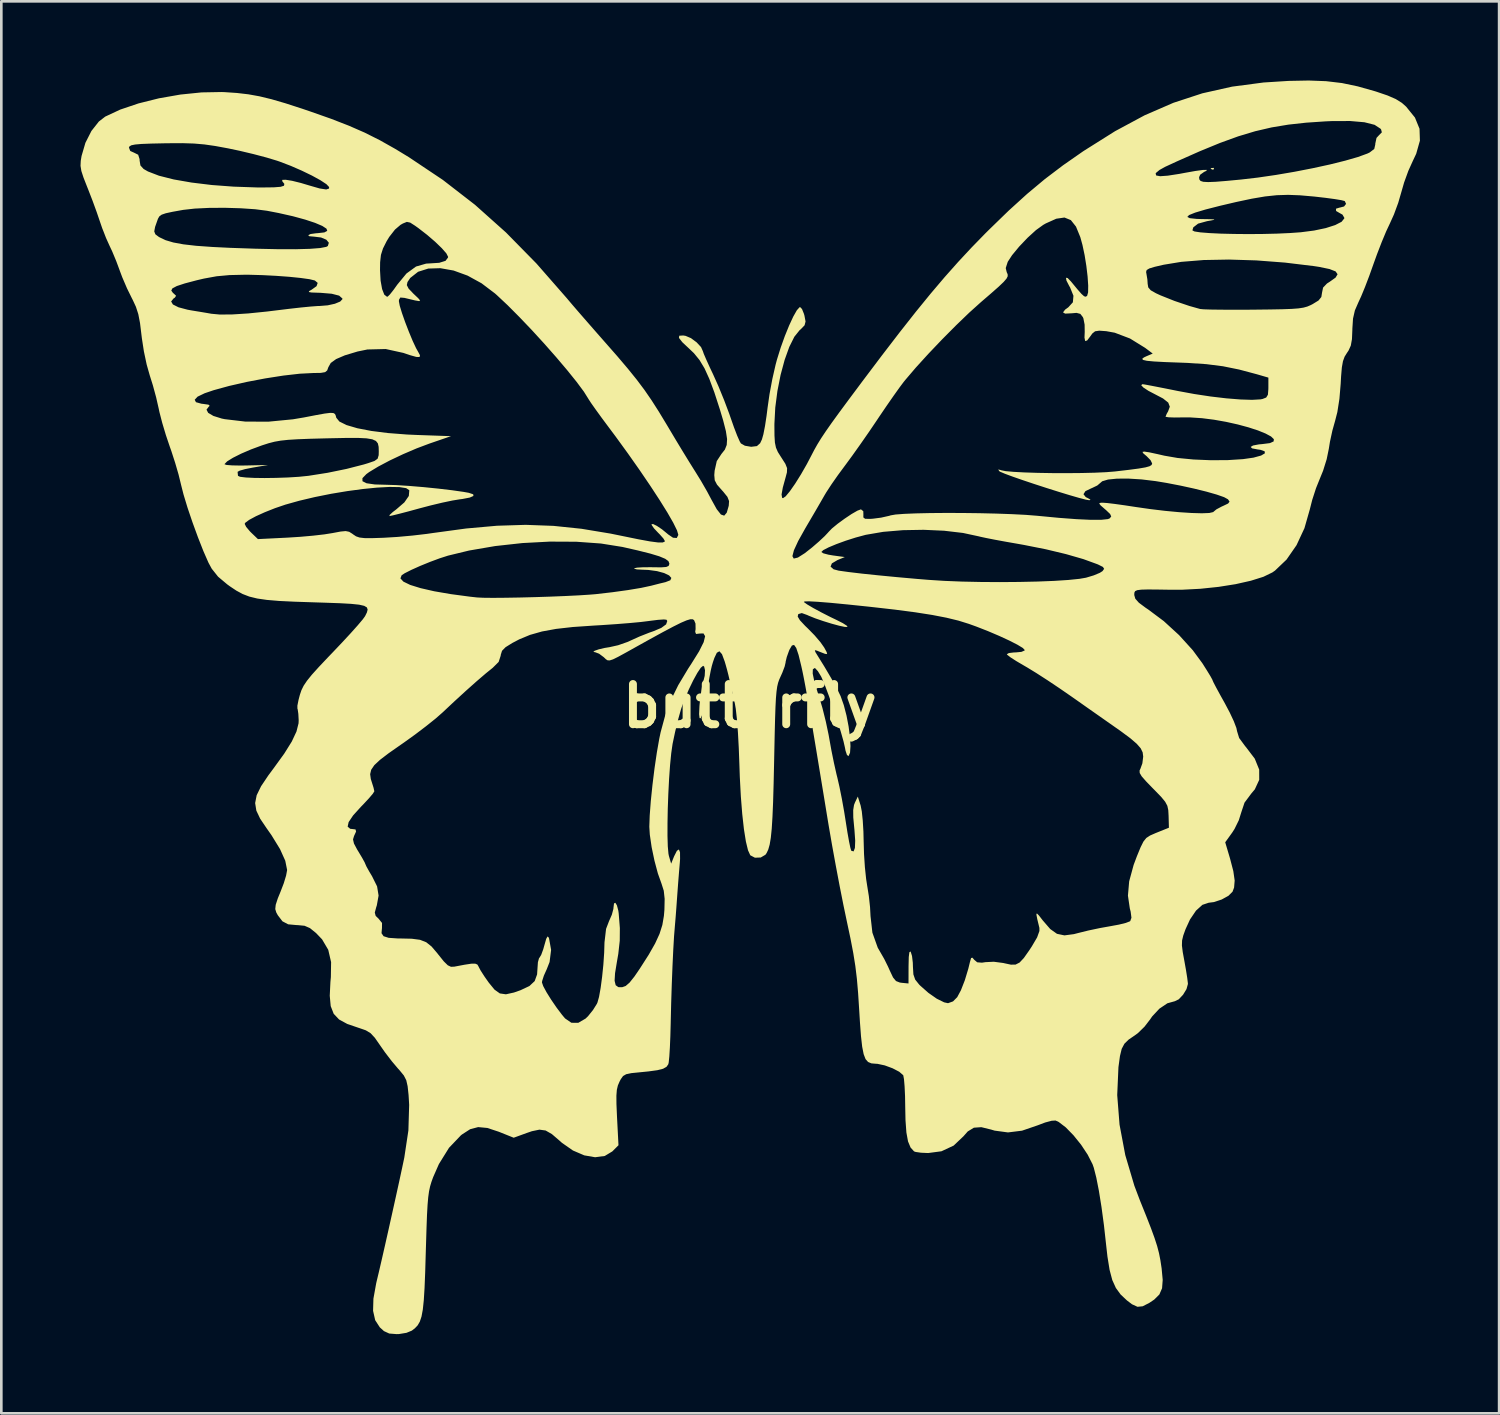
<source format=kicad_pcb>
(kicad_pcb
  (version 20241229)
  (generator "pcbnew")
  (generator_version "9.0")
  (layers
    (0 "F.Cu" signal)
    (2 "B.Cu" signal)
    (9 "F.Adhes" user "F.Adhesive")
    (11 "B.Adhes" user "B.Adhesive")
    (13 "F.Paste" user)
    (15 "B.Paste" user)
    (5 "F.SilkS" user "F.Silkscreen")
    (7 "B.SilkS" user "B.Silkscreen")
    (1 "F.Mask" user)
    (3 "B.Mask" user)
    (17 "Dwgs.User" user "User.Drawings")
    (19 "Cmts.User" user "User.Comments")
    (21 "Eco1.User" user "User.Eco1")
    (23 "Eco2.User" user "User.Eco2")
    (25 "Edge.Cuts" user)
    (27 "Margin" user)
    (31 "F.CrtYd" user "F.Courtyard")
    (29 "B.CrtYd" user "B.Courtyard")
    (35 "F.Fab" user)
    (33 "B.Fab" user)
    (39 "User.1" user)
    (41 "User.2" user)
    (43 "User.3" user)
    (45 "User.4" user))
  (footprint "butterfly"
    (layer "F.Cu")
    (at 25.353 23.695)
    (property "Reference" "butterfly" (at 0 0 0) (layer "F.SilkS") (effects (font (size 1.524 1.524) (thickness 0.3))))
    (attr board_only exclude_from_pos_files exclude_from_bom)
    (fp_poly (pts (xy 17.582 -20.376) (xy 17.571 -20.326) (xy 17.526 -20.32) (xy 17.456 -20.351) (xy 17.47 -20.376) (xy 17.57 -20.387)) (stroke (width 0) (type solid)) (fill yes) (layer "F.SilkS"))
    (fp_poly (pts (xy 21.829 -23.67) (xy 22.43 -23.599) (xy 23.03 -23.473) (xy 23.684 -23.288) (xy 23.726 -23.275) (xy 24.158 -23.128) (xy 24.468 -22.993) (xy 24.7 -22.848) (xy 24.861 -22.705) (xy 25.195 -22.292) (xy 25.368 -21.868) (xy 25.383 -21.417) (xy 25.242 -20.919) (xy 25.115 -20.65) (xy 24.945 -20.274) (xy 24.785 -19.834) (xy 24.681 -19.473) (xy 24.561 -19.06) (xy 24.398 -18.618) (xy 24.249 -18.288) (xy 24.105 -17.981) (xy 23.934 -17.57) (xy 23.757 -17.112) (xy 23.62 -16.732) (xy 23.465 -16.297) (xy 23.304 -15.875) (xy 23.157 -15.518) (xy 23.053 -15.293) (xy 22.919 -14.985) (xy 22.849 -14.677) (xy 22.824 -14.288) (xy 22.824 -14.252) (xy 22.809 -13.897) (xy 22.765 -13.653) (xy 22.678 -13.463) (xy 22.622 -13.381) (xy 22.531 -13.235) (xy 22.468 -13.063) (xy 22.426 -12.826) (xy 22.397 -12.484) (xy 22.382 -12.21) (xy 22.334 -11.638) (xy 22.256 -11.137) (xy 22.171 -10.805) (xy 22.067 -10.434) (xy 21.975 -10.009) (xy 21.933 -9.747) (xy 21.851 -9.348) (xy 21.715 -8.913) (xy 21.602 -8.636) (xy 21.448 -8.254) (xy 21.304 -7.809) (xy 21.213 -7.451) (xy 21.009 -6.737) (xy 20.709 -6.093) (xy 20.331 -5.548) (xy 19.894 -5.131) (xy 19.792 -5.06) (xy 19.454 -4.896) (xy 18.98 -4.747) (xy 18.402 -4.617) (xy 17.752 -4.514) (xy 17.064 -4.442) (xy 16.371 -4.406) (xy 15.96 -4.405) (xy 15.445 -4.413) (xy 15.075 -4.416) (xy 14.826 -4.409) (xy 14.675 -4.389) (xy 14.596 -4.353) (xy 14.567 -4.296) (xy 14.563 -4.217) (xy 14.563 -4.203) (xy 14.602 -4.066) (xy 14.737 -3.914) (xy 14.993 -3.723) (xy 15.092 -3.657) (xy 15.681 -3.217) (xy 16.261 -2.686) (xy 16.779 -2.115) (xy 17.14 -1.625) (xy 17.316 -1.347) (xy 17.451 -1.126) (xy 17.521 -0.998) (xy 17.526 -0.982) (xy 17.565 -0.893) (xy 17.671 -0.69) (xy 17.828 -0.402) (xy 17.992 -0.108) (xy 18.181 0.249) (xy 18.334 0.576) (xy 18.431 0.83) (xy 18.457 0.954) (xy 18.536 1.211) (xy 18.77 1.528) (xy 18.792 1.552) (xy 19.127 1.993) (xy 19.295 2.407) (xy 19.296 2.795) (xy 19.13 3.155) (xy 18.998 3.312) (xy 18.739 3.659) (xy 18.619 4.019) (xy 18.522 4.328) (xy 18.36 4.657) (xy 18.277 4.787) (xy 18.008 5.161) (xy 18.191 5.777) (xy 18.315 6.253) (xy 18.366 6.609) (xy 18.344 6.876) (xy 18.285 7.033) (xy 18.131 7.187) (xy 17.875 7.328) (xy 17.583 7.425) (xy 17.38 7.451) (xy 17.144 7.53) (xy 16.901 7.75) (xy 16.674 8.085) (xy 16.506 8.45) (xy 16.419 8.691) (xy 16.374 8.879) (xy 16.368 9.07) (xy 16.399 9.319) (xy 16.46 9.652) (xy 16.522 9.999) (xy 16.569 10.296) (xy 16.593 10.493) (xy 16.595 10.528) (xy 16.541 10.723) (xy 16.411 10.936) (xy 16.249 11.108) (xy 16.102 11.18) (xy 15.818 11.259) (xy 15.515 11.463) (xy 15.24 11.758) (xy 15.162 11.872) (xy 14.952 12.144) (xy 14.704 12.387) (xy 14.587 12.473) (xy 14.348 12.636) (xy 14.189 12.792) (xy 14.087 12.985) (xy 14.021 13.257) (xy 13.967 13.653) (xy 13.963 13.686) (xy 13.917 14.738) (xy 14.005 15.856) (xy 14.222 17.009) (xy 14.565 18.166) (xy 14.771 18.711) (xy 15.011 19.307) (xy 15.195 19.777) (xy 15.331 20.15) (xy 15.43 20.457) (xy 15.5 20.726) (xy 15.552 20.989) (xy 15.595 21.274) (xy 15.599 21.3) (xy 15.64 21.738) (xy 15.616 22.054) (xy 15.514 22.289) (xy 15.319 22.483) (xy 15.13 22.61) (xy 14.881 22.737) (xy 14.684 22.756) (xy 14.476 22.66) (xy 14.283 22.513) (xy 14.046 22.29) (xy 13.866 22.043) (xy 13.73 21.743) (xy 13.628 21.357) (xy 13.547 20.855) (xy 13.497 20.412) (xy 13.414 19.664) (xy 13.321 18.973) (xy 13.223 18.363) (xy 13.124 17.859) (xy 13.029 17.487) (xy 12.983 17.357) (xy 12.798 16.994) (xy 12.547 16.615) (xy 12.26 16.259) (xy 11.968 15.96) (xy 11.703 15.757) (xy 11.581 15.7) (xy 11.434 15.709) (xy 11.187 15.775) (xy 10.904 15.882) (xy 10.311 16.085) (xy 9.779 16.151) (xy 9.274 16.083) (xy 9.143 16.044) (xy 8.77 15.952) (xy 8.488 15.972) (xy 8.255 16.114) (xy 8.092 16.298) (xy 7.721 16.65) (xy 7.26 16.865) (xy 6.756 16.932) (xy 6.486 16.92) (xy 6.284 16.891) (xy 6.221 16.869) (xy 6.089 16.723) (xy 5.993 16.492) (xy 5.931 16.154) (xy 5.897 15.687) (xy 5.887 15.198) (xy 5.88 14.775) (xy 5.863 14.409) (xy 5.84 14.136) (xy 5.813 13.99) (xy 5.809 13.982) (xy 5.66 13.853) (xy 5.407 13.721) (xy 5.111 13.612) (xy 4.835 13.553) (xy 4.764 13.549) (xy 4.605 13.535) (xy 4.48 13.483) (xy 4.384 13.374) (xy 4.312 13.187) (xy 4.256 12.904) (xy 4.211 12.504) (xy 4.171 11.967) (xy 4.143 11.512) (xy 4.102 10.873) (xy 4.056 10.335) (xy 3.997 9.847) (xy 3.918 9.353) (xy 3.812 8.801) (xy 3.675 8.156) (xy 3.546 7.54) (xy 3.402 6.813) (xy 3.254 6.031) (xy 3.112 5.25) (xy 2.987 4.525) (xy 2.964 4.388) (xy 2.788 3.314) (xy 2.636 2.392) (xy 2.507 1.609) (xy 2.397 0.951) (xy 2.305 0.403) (xy 2.228 -0.048) (xy 2.164 -0.418) (xy 2.11 -0.72) (xy 2.063 -0.969) (xy 2.022 -1.178) (xy 1.984 -1.361) (xy 1.95 -1.513) (xy 1.847 -1.936) (xy 1.758 -2.201) (xy 1.676 -2.316) (xy 1.594 -2.292) (xy 1.503 -2.137) (xy 1.484 -2.092) (xy 1.4 -1.858) (xy 1.356 -1.674) (xy 1.355 -1.649) (xy 1.32 -1.498) (xy 1.231 -1.263) (xy 1.165 -1.117) (xy 1.113 -1.001) (xy 1.071 -0.88) (xy 1.037 -0.736) (xy 1.011 -0.547) (xy 0.989 -0.295) (xy 0.972 0.039) (xy 0.957 0.476) (xy 0.943 1.035) (xy 0.928 1.735) (xy 0.921 2.074) (xy 0.902 2.93) (xy 0.882 3.633) (xy 0.858 4.2) (xy 0.83 4.647) (xy 0.795 4.991) (xy 0.752 5.248) (xy 0.699 5.435) (xy 0.636 5.569) (xy 0.591 5.633) (xy 0.414 5.737) (xy 0.194 5.745) (xy 0.02 5.654) (xy 0.017 5.651) (xy -0.068 5.465) (xy -0.149 5.13) (xy -0.223 4.665) (xy -0.287 4.09) (xy -0.34 3.424) (xy -0.379 2.687) (xy -0.394 2.244) (xy -0.418 1.595) (xy -0.45 1.002) (xy -0.489 0.495) (xy -0.532 0.106) (xy -0.565 -0.085) (xy -0.672 -0.567) (xy -0.752 -0.92) (xy -0.812 -1.178) (xy -0.863 -1.378) (xy -0.912 -1.554) (xy -0.951 -1.687) (xy -1.054 -1.964) (xy -1.152 -2.075) (xy -1.249 -2.019) (xy -1.343 -1.821) (xy -1.396 -1.667) (xy -1.44 -1.517) (xy -1.482 -1.336) (xy -1.529 -1.088) (xy -1.589 -0.738) (xy -1.653 -0.347) (xy -1.728 0.051) (xy -1.8 0.322) (xy -1.86 0.46) (xy -1.903 0.458) (xy -1.921 0.307) (xy -1.907 0.000212) (xy -1.9 -0.085) (xy -1.86 -0.423) (xy -1.814 -0.717) (xy -1.769 -0.907) (xy -1.766 -0.916) (xy -1.709 -1.143) (xy -1.697 -1.356) (xy -1.73 -1.497) (xy -1.77 -1.524) (xy -1.858 -1.451) (xy -1.989 -1.254) (xy -2.146 -0.969) (xy -2.31 -0.63) (xy -2.463 -0.271) (xy -2.59 0.071) (xy -2.61 0.134) (xy -2.72 0.525) (xy -2.832 0.988) (xy -2.924 1.424) (xy -2.928 1.446) (xy -2.977 1.789) (xy -3.021 2.237) (xy -3.058 2.758) (xy -3.087 3.319) (xy -3.108 3.888) (xy -3.118 4.432) (xy -3.119 4.92) (xy -3.107 5.318) (xy -3.082 5.595) (xy -3.066 5.673) (xy -2.98 5.969) (xy -2.869 5.694) (xy -2.762 5.482) (xy -2.686 5.432) (xy -2.644 5.539) (xy -2.642 5.798) (xy -2.653 5.948) (xy -2.682 6.291) (xy -2.716 6.721) (xy -2.748 7.155) (xy -2.754 7.239) (xy -2.782 7.629) (xy -2.81 7.997) (xy -2.834 8.279) (xy -2.839 8.34) (xy -2.87 8.719) (xy -2.9 9.233) (xy -2.929 9.85) (xy -2.956 10.534) (xy -2.979 11.251) (xy -2.996 11.969) (xy -2.997 12.023) (xy -3.01 12.502) (xy -3.028 12.928) (xy -3.049 13.271) (xy -3.072 13.498) (xy -3.088 13.569) (xy -3.156 13.666) (xy -3.285 13.739) (xy -3.502 13.794) (xy -3.838 13.84) (xy -4.167 13.873) (xy -4.487 13.905) (xy -4.683 13.946) (xy -4.802 14.015) (xy -4.887 14.134) (xy -4.934 14.224) (xy -4.998 14.372) (xy -5.037 14.538) (xy -5.054 14.76) (xy -5.052 15.073) (xy -5.033 15.515) (xy -5.03 15.579) (xy -4.975 16.637) (xy -5.208 16.87) (xy -5.495 17.043) (xy -5.859 17.091) (xy -6.271 17.02) (xy -6.7 16.836) (xy -7.117 16.545) (xy -7.203 16.468) (xy -7.497 16.215) (xy -7.735 16.078) (xy -7.97 16.046) (xy -8.254 16.105) (xy -8.45 16.172) (xy -8.944 16.352) (xy -9.51 16.125) (xy -9.943 15.982) (xy -10.29 15.949) (xy -10.595 16.03) (xy -10.905 16.23) (xy -10.946 16.263) (xy -11.395 16.734) (xy -11.777 17.349) (xy -11.995 17.845) (xy -12.06 18.024) (xy -12.111 18.195) (xy -12.151 18.381) (xy -12.182 18.607) (xy -12.207 18.896) (xy -12.228 19.271) (xy -12.246 19.758) (xy -12.265 20.379) (xy -12.275 20.705) (xy -12.297 21.449) (xy -12.321 22.043) (xy -12.35 22.507) (xy -12.387 22.861) (xy -12.436 23.125) (xy -12.5 23.318) (xy -12.583 23.46) (xy -12.688 23.571) (xy -12.803 23.659) (xy -13.006 23.742) (xy -13.286 23.788) (xy -13.38 23.791) (xy -13.659 23.769) (xy -13.859 23.677) (xy -14.016 23.534) (xy -14.191 23.264) (xy -14.271 22.909) (xy -14.258 22.449) (xy -14.153 21.867) (xy -14.128 21.759) (xy -14.051 21.437) (xy -13.946 20.985) (xy -13.821 20.437) (xy -13.684 19.828) (xy -13.543 19.195) (xy -13.405 18.572) (xy -13.278 17.994) (xy -13.171 17.497) (xy -13.09 17.114) (xy -13.088 17.103) (xy -12.933 16.075) (xy -12.904 15.11) (xy -12.926 14.737) (xy -12.962 14.401) (xy -13.014 14.173) (xy -13.107 13.993) (xy -13.265 13.8) (xy -13.327 13.732) (xy -13.562 13.454) (xy -13.822 13.114) (xy -14.012 12.842) (xy -14.205 12.565) (xy -14.365 12.393) (xy -14.544 12.284) (xy -14.794 12.197) (xy -14.819 12.189) (xy -15.249 12.042) (xy -15.559 11.873) (xy -15.763 11.657) (xy -15.876 11.366) (xy -15.912 10.974) (xy -15.887 10.452) (xy -15.87 10.268) (xy -15.861 9.7) (xy -15.969 9.234) (xy -16.203 8.837) (xy -16.431 8.599) (xy -16.662 8.412) (xy -16.867 8.323) (xy -17.127 8.298) (xy -17.174 8.297) (xy -17.488 8.268) (xy -17.704 8.154) (xy -17.881 7.922) (xy -17.938 7.818) (xy -17.976 7.691) (xy -17.959 7.528) (xy -17.88 7.285) (xy -17.779 7.039) (xy -17.655 6.716) (xy -17.566 6.423) (xy -17.528 6.218) (xy -17.528 6.206) (xy -17.597 5.86) (xy -17.796 5.418) (xy -18.121 4.889) (xy -18.306 4.626) (xy -18.345 4.568) (xy -15.234 4.568) (xy -15.138 4.65) (xy -15.071 4.657) (xy -14.935 4.674) (xy -14.915 4.754) (xy -14.993 4.925) (xy -15.031 5.052) (xy -14.995 5.208) (xy -14.873 5.438) (xy -14.824 5.517) (xy -14.684 5.751) (xy -14.589 5.924) (xy -14.563 5.986) (xy -14.522 6.079) (xy -14.416 6.269) (xy -14.309 6.448) (xy -14.119 6.831) (xy -14.062 7.18) (xy -14.13 7.554) (xy -14.152 7.621) (xy -14.206 7.823) (xy -14.172 7.949) (xy -14.065 8.052) (xy -13.932 8.216) (xy -13.934 8.421) (xy -13.936 8.428) (xy -13.951 8.605) (xy -13.873 8.719) (xy -13.68 8.78) (xy -13.347 8.803) (xy -13.24 8.804) (xy -12.804 8.814) (xy -12.492 8.855) (xy -12.258 8.947) (xy -12.057 9.107) (xy -11.844 9.356) (xy -11.799 9.414) (xy -11.59 9.674) (xy -11.441 9.82) (xy -11.32 9.877) (xy -11.19 9.872) (xy -11.189 9.871) (xy -10.803 9.798) (xy -10.552 9.76) (xy -10.402 9.758) (xy -10.321 9.791) (xy -10.278 9.861) (xy -10.273 9.876) (xy -10.193 10.025) (xy -10.045 10.254) (xy -9.888 10.477) (xy -9.67 10.743) (xy -9.469 10.886) (xy -9.239 10.919) (xy -8.935 10.852) (xy -8.685 10.764) (xy -8.348 10.605) (xy -8.149 10.418) (xy -8.058 10.165) (xy -8.043 9.937) (xy -8.027 9.704) (xy -7.985 9.552) (xy -7.966 9.53) (xy -7.903 9.426) (xy -7.825 9.214) (xy -7.78 9.054) (xy -7.712 8.817) (xy -7.662 8.727) (xy -7.619 8.767) (xy -7.606 8.798) (xy -7.527 9.236) (xy -7.585 9.696) (xy -7.691 9.966) (xy -7.801 10.211) (xy -7.866 10.414) (xy -7.874 10.47) (xy -7.826 10.609) (xy -7.701 10.841) (xy -7.523 11.126) (xy -7.318 11.425) (xy -7.112 11.698) (xy -6.999 11.832) (xy -6.76 11.997) (xy -6.497 11.999) (xy -6.222 11.839) (xy -6.128 11.748) (xy -5.941 11.515) (xy -5.795 11.282) (xy -5.772 11.232) (xy -5.712 11.018) (xy -5.651 10.679) (xy -5.595 10.258) (xy -5.548 9.799) (xy -5.517 9.345) (xy -5.505 8.953) (xy -5.445 8.44) (xy -5.334 8.15) (xy -5.226 7.903) (xy -5.168 7.684) (xy -5.165 7.642) (xy -5.144 7.476) (xy -5.094 7.452) (xy -5.034 7.55) (xy -4.981 7.752) (xy -4.967 7.853) (xy -4.923 8.409) (xy -4.927 8.89) (xy -4.982 9.386) (xy -5.035 9.692) (xy -5.105 10.119) (xy -5.122 10.406) (xy -5.081 10.575) (xy -4.979 10.648) (xy -4.836 10.651) (xy -4.703 10.604) (xy -4.555 10.476) (xy -4.37 10.244) (xy -4.168 9.948) (xy -3.832 9.423) (xy -3.588 8.995) (xy -3.42 8.63) (xy -3.313 8.292) (xy -3.254 7.946) (xy -3.235 7.716) (xy -3.226 7.302) (xy -3.26 6.995) (xy -3.342 6.736) (xy -3.344 6.73) (xy -3.483 6.341) (xy -3.612 5.857) (xy -3.719 5.346) (xy -3.788 4.872) (xy -3.807 4.572) (xy -3.792 4.146) (xy -3.751 3.602) (xy -3.688 2.991) (xy -3.61 2.361) (xy -3.522 1.762) (xy -3.431 1.242) (xy -3.379 0.995) (xy -3.206 0.356) (xy -2.991 -0.222) (xy -2.71 -0.793) (xy -2.339 -1.412) (xy -2.211 -1.608) (xy -1.921 -2.074) (xy -1.748 -2.42) (xy -1.693 -2.646) (xy -1.756 -2.751) (xy -1.895 -2.747) (xy -2.037 -2.73) (xy -2.069 -2.811) (xy -2.054 -2.915) (xy -2.058 -3.125) (xy -2.112 -3.254) (xy -2.165 -3.288) (xy -2.254 -3.288) (xy -2.395 -3.246) (xy -2.606 -3.156) (xy -2.901 -3.009) (xy -3.299 -2.798) (xy -3.815 -2.515) (xy -4.282 -2.255) (xy -4.696 -2.024) (xy -4.987 -1.865) (xy -5.182 -1.769) (xy -5.308 -1.728) (xy -5.39 -1.733) (xy -5.456 -1.776) (xy -5.531 -1.849) (xy -5.536 -1.853) (xy -5.709 -1.982) (xy -5.847 -2.035) (xy -5.928 -2.053) (xy -5.875 -2.095) (xy -5.723 -2.148) (xy -5.504 -2.2) (xy -5.313 -2.231) (xy -4.987 -2.304) (xy -4.635 -2.427) (xy -4.509 -2.484) (xy -4.176 -2.635) (xy -3.803 -2.782) (xy -3.656 -2.833) (xy -3.354 -2.96) (xy -3.171 -3.094) (xy -3.127 -3.221) (xy -3.157 -3.27) (xy -3.257 -3.28) (xy -3.479 -3.265) (xy -3.778 -3.228) (xy -3.827 -3.221) (xy -4.126 -3.184) (xy -4.551 -3.144) (xy -5.055 -3.104) (xy -5.594 -3.067) (xy -5.929 -3.047) (xy -6.704 -2.994) (xy -7.341 -2.922) (xy -7.871 -2.825) (xy -8.325 -2.696) (xy -8.733 -2.527) (xy -8.998 -2.388) (xy -9.253 -2.229) (xy -9.386 -2.093) (xy -9.434 -1.941) (xy -9.437 -1.907) (xy -9.514 -1.672) (xy -9.739 -1.448) (xy -9.999 -1.238) (xy -10.35 -0.937) (xy -10.762 -0.57) (xy -11.205 -0.164) (xy -11.642 0.246) (xy -11.901 0.473) (xy -12.259 0.76) (xy -12.675 1.076) (xy -13.106 1.386) (xy -13.229 1.471) (xy -13.683 1.789) (xy -14.009 2.038) (xy -14.224 2.239) (xy -14.342 2.413) (xy -14.382 2.581) (xy -14.357 2.763) (xy -14.317 2.89) (xy -14.253 3.094) (xy -14.224 3.227) (xy -14.224 3.231) (xy -14.28 3.321) (xy -14.429 3.496) (xy -14.643 3.726) (xy -14.732 3.817) (xy -15.028 4.144) (xy -15.197 4.397) (xy -15.234 4.568) (xy -18.345 4.568) (xy -18.548 4.267) (xy -18.693 3.961) (xy -18.738 3.674) (xy -18.68 3.377) (xy -18.514 3.038) (xy -18.237 2.625) (xy -18.038 2.357) (xy -17.636 1.802) (xy -17.35 1.344) (xy -17.173 0.966) (xy -17.094 0.654) (xy -17.089 0.539) (xy -17.102 0.296) (xy -17.126 0.128) (xy -17.137 0.097) (xy -17.138 -0.014) (xy -17.095 -0.232) (xy -17.044 -0.425) (xy -16.984 -0.602) (xy -16.9 -0.772) (xy -16.774 -0.959) (xy -16.59 -1.187) (xy -16.328 -1.477) (xy -15.971 -1.855) (xy -15.8 -2.033) (xy -15.442 -2.41) (xy -15.119 -2.759) (xy -14.852 -3.058) (xy -14.662 -3.283) (xy -14.585 -3.389) (xy 1.814 -3.389) (xy 1.897 -3.25) (xy 2.096 -3.037) (xy 2.2 -2.937) (xy 2.454 -2.678) (xy 2.676 -2.418) (xy 2.819 -2.214) (xy 2.82 -2.211) (xy 2.911 -2.044) (xy 2.929 -1.969) (xy 2.85 -1.977) (xy 2.647 -2.056) (xy 2.54 -2.1) (xy 2.463 -2.117) (xy 2.483 -2.046) (xy 2.546 -1.943) (xy 2.827 -1.49) (xy 3.084 -1.053) (xy 3.295 -0.671) (xy 3.435 -0.385) (xy 3.442 -0.369) (xy 3.561 -0.031) (xy 3.663 0.363) (xy 3.742 0.776) (xy 3.794 1.173) (xy 3.813 1.516) (xy 3.796 1.77) (xy 3.737 1.898) (xy 3.736 1.898) (xy 3.68 1.853) (xy 3.624 1.685) (xy 3.606 1.586) (xy 3.549 1.336) (xy 3.446 0.971) (xy 3.31 0.535) (xy 3.155 0.07) (xy 2.997 -0.379) (xy 2.85 -0.771) (xy 2.728 -1.062) (xy 2.699 -1.122) (xy 2.58 -1.318) (xy 2.479 -1.43) (xy 2.454 -1.439) (xy 2.387 -1.39) (xy 2.382 -1.231) (xy 2.44 -0.95) (xy 2.565 -0.532) (xy 2.62 -0.365) (xy 2.751 0.076) (xy 2.88 0.592) (xy 2.985 1.092) (xy 3.009 1.228) (xy 3.091 1.682) (xy 3.188 2.16) (xy 3.283 2.583) (xy 3.315 2.709) (xy 3.395 3.058) (xy 3.486 3.511) (xy 3.574 4.003) (xy 3.635 4.386) (xy 3.698 4.788) (xy 3.758 5.126) (xy 3.808 5.368) (xy 3.842 5.479) (xy 3.844 5.481) (xy 3.931 5.506) (xy 3.981 5.375) (xy 3.992 5.1) (xy 3.963 4.689) (xy 3.957 4.63) (xy 3.919 4.223) (xy 3.916 3.942) (xy 3.947 3.746) (xy 3.982 3.656) (xy 4.091 3.429) (xy 4.198 3.768) (xy 4.242 3.992) (xy 4.278 4.337) (xy 4.303 4.755) (xy 4.312 5.122) (xy 4.326 5.604) (xy 4.359 6.103) (xy 4.406 6.55) (xy 4.445 6.802) (xy 4.509 7.202) (xy 4.554 7.615) (xy 4.572 7.952) (xy 4.572 7.955) (xy 4.643 8.584) (xy 4.846 9.154) (xy 4.968 9.365) (xy 5.092 9.581) (xy 5.235 9.87) (xy 5.305 10.027) (xy 5.426 10.282) (xy 5.538 10.417) (xy 5.68 10.473) (xy 5.749 10.483) (xy 6.011 10.509) (xy 6.013 9.848) (xy 6.021 9.506) (xy 6.044 9.325) (xy 6.084 9.298) (xy 6.096 9.313) (xy 6.144 9.468) (xy 6.174 9.721) (xy 6.179 9.878) (xy 6.196 10.165) (xy 6.264 10.362) (xy 6.413 10.548) (xy 6.449 10.585) (xy 6.764 10.864) (xy 7.082 11.086) (xy 7.362 11.224) (xy 7.508 11.256) (xy 7.697 11.188) (xy 7.856 11.028) (xy 7.997 10.765) (xy 8.144 10.388) (xy 8.277 9.948) (xy 8.336 9.705) (xy 8.382 9.545) (xy 8.433 9.532) (xy 8.5 9.611) (xy 8.614 9.707) (xy 8.793 9.721) (xy 8.928 9.701) (xy 9.243 9.686) (xy 9.6 9.733) (xy 9.656 9.746) (xy 9.89 9.796) (xy 10.067 9.793) (xy 10.219 9.716) (xy 10.38 9.544) (xy 10.583 9.256) (xy 10.682 9.105) (xy 10.883 8.763) (xy 10.97 8.521) (xy 10.969 8.403) (xy 10.889 8.074) (xy 10.855 7.895) (xy 10.873 7.853) (xy 10.952 7.933) (xy 11.097 8.12) (xy 11.104 8.128) (xy 11.38 8.447) (xy 11.635 8.628) (xy 11.918 8.687) (xy 12.274 8.64) (xy 12.445 8.596) (xy 12.821 8.503) (xy 13.266 8.409) (xy 13.658 8.339) (xy 13.983 8.279) (xy 14.245 8.214) (xy 14.397 8.155) (xy 14.411 8.144) (xy 14.456 8.019) (xy 14.426 7.788) (xy 14.394 7.665) (xy 14.323 7.181) (xy 14.37 6.639) (xy 14.539 6.018) (xy 14.663 5.688) (xy 14.801 5.352) (xy 14.909 5.135) (xy 15.018 4.998) (xy 15.161 4.904) (xy 15.369 4.813) (xy 15.411 4.796) (xy 15.875 4.609) (xy 15.863 4.157) (xy 15.851 3.943) (xy 15.816 3.779) (xy 15.734 3.626) (xy 15.583 3.442) (xy 15.338 3.189) (xy 15.271 3.122) (xy 15.005 2.847) (xy 14.843 2.661) (xy 14.769 2.535) (xy 14.764 2.441) (xy 14.797 2.371) (xy 14.87 2.169) (xy 14.901 1.916) (xy 14.901 1.912) (xy 14.881 1.755) (xy 14.806 1.6) (xy 14.657 1.43) (xy 14.416 1.222) (xy 14.062 0.959) (xy 13.758 0.745) (xy 13.541 0.593) (xy 13.221 0.368) (xy 12.833 0.096) (xy 12.413 -0.2) (xy 12.189 -0.357) (xy 11.743 -0.665) (xy 11.286 -0.971) (xy 10.86 -1.246) (xy 10.509 -1.461) (xy 10.39 -1.53) (xy 10.098 -1.701) (xy 9.874 -1.845) (xy 9.75 -1.942) (xy 9.737 -1.964) (xy 9.812 -2.007) (xy 10 -2.03) (xy 10.075 -2.032) (xy 10.287 -2.052) (xy 10.405 -2.102) (xy 10.414 -2.122) (xy 10.339 -2.201) (xy 10.134 -2.325) (xy 9.828 -2.481) (xy 9.447 -2.657) (xy 9.022 -2.838) (xy 8.58 -3.011) (xy 8.297 -3.113) (xy 7.903 -3.236) (xy 7.446 -3.347) (xy 6.907 -3.451) (xy 6.262 -3.552) (xy 5.492 -3.653) (xy 4.575 -3.757) (xy 4.53 -3.762) (xy 3.714 -3.847) (xy 3.063 -3.91) (xy 2.574 -3.949) (xy 2.245 -3.967) (xy 2.072 -3.962) (xy 2.046 -3.941) (xy 2.17 -3.851) (xy 2.407 -3.711) (xy 2.716 -3.544) (xy 3.056 -3.371) (xy 3.294 -3.257) (xy 3.527 -3.138) (xy 3.674 -3.043) (xy 3.702 -2.997) (xy 3.603 -2.997) (xy 3.388 -3.042) (xy 3.1 -3.12) (xy 2.782 -3.218) (xy 2.477 -3.323) (xy 2.229 -3.423) (xy 2.17 -3.45) (xy 1.97 -3.522) (xy 1.845 -3.486) (xy 1.832 -3.474) (xy 1.814 -3.389) (xy -14.585 -3.389) (xy -14.573 -3.407) (xy -14.505 -3.545) (xy -14.477 -3.653) (xy -14.505 -3.735) (xy -14.607 -3.796) (xy -14.8 -3.84) (xy -15.1 -3.871) (xy -15.525 -3.895) (xy -16.091 -3.915) (xy -16.524 -3.929) (xy -17.248 -3.953) (xy -17.828 -3.981) (xy -18.29 -4.02) (xy -18.657 -4.073) (xy -18.957 -4.146) (xy -19.213 -4.244) (xy -19.451 -4.373) (xy -19.697 -4.537) (xy -19.797 -4.61) (xy -20.066 -4.836) (xy -13.235 -4.836) (xy -13.122 -4.713) (xy -12.864 -4.588) (xy -12.471 -4.466) (xy -11.955 -4.348) (xy -11.328 -4.24) (xy -10.601 -4.143) (xy -10.329 -4.113) (xy -10.1 -4.102) (xy -9.733 -4.098) (xy -9.263 -4.102) (xy -8.72 -4.111) (xy -8.138 -4.126) (xy -7.549 -4.145) (xy -6.984 -4.168) (xy -6.478 -4.193) (xy -6.061 -4.22) (xy -5.842 -4.238) (xy -5.209 -4.311) (xy -4.621 -4.392) (xy -4.117 -4.476) (xy -3.736 -4.558) (xy -3.683 -4.572) (xy -3.411 -4.642) (xy -3.196 -4.693) (xy -3.012 -4.764) (xy -2.972 -4.853) (xy -3.058 -4.948) (xy -3.246 -5.038) (xy -3.515 -5.111) (xy -3.845 -5.156) (xy -4.073 -5.165) (xy -4.278 -5.176) (xy -4.378 -5.203) (xy -4.377 -5.219) (xy -4.272 -5.243) (xy -4.044 -5.257) (xy -3.738 -5.259) (xy -3.686 -5.258) (xy -3.359 -5.254) (xy -3.168 -5.268) (xy -3.076 -5.307) (xy -3.049 -5.379) (xy -3.048 -5.4) (xy -3.084 -5.49) (xy -3.205 -5.578) (xy -3.427 -5.671) (xy -3.449 -5.678) (xy 1.613 -5.678) (xy 1.664 -5.586) (xy 1.822 -5.625) (xy 2.088 -5.794) (xy 2.14 -5.836) (xy 2.709 -5.836) (xy 2.785 -5.785) (xy 2.981 -5.733) (xy 3.154 -5.704) (xy 3.598 -5.644) (xy 3.323 -5.531) (xy 3.108 -5.404) (xy 3.059 -5.281) (xy 3.174 -5.18) (xy 3.365 -5.129) (xy 3.737 -5.077) (xy 4.25 -5.016) (xy 4.873 -4.951) (xy 5.581 -4.883) (xy 6.342 -4.815) (xy 6.773 -4.78) (xy 7.362 -4.742) (xy 8.028 -4.715) (xy 8.741 -4.7) (xy 9.475 -4.695) (xy 10.203 -4.701) (xy 10.895 -4.716) (xy 11.525 -4.741) (xy 12.065 -4.776) (xy 12.488 -4.819) (xy 12.735 -4.862) (xy 13.025 -4.949) (xy 13.258 -5.046) (xy 13.361 -5.112) (xy 13.421 -5.198) (xy 13.376 -5.269) (xy 13.199 -5.358) (xy 13.156 -5.376) (xy 12.634 -5.566) (xy 11.975 -5.756) (xy 11.215 -5.938) (xy 10.385 -6.103) (xy 10.162 -6.143) (xy 9.704 -6.223) (xy 9.286 -6.3) (xy 8.946 -6.367) (xy 8.723 -6.415) (xy 8.678 -6.427) (xy 8.075 -6.557) (xy 7.36 -6.641) (xy 6.584 -6.676) (xy 5.798 -6.662) (xy 5.052 -6.599) (xy 4.397 -6.487) (xy 4.373 -6.481) (xy 4.009 -6.383) (xy 3.633 -6.263) (xy 3.28 -6.134) (xy 2.985 -6.011) (xy 2.783 -5.907) (xy 2.709 -5.836) (xy 2.14 -5.836) (xy 2.36 -6.009) (xy 2.619 -6.233) (xy 2.836 -6.436) (xy 2.969 -6.578) (xy 2.978 -6.59) (xy 3.11 -6.726) (xy 3.329 -6.906) (xy 3.592 -7.098) (xy 3.855 -7.274) (xy 4.076 -7.401) (xy 4.21 -7.451) (xy 4.21 -7.451) (xy 4.298 -7.381) (xy 4.302 -7.26) (xy 4.301 -7.144) (xy 4.367 -7.094) (xy 4.543 -7.089) (xy 4.657 -7.096) (xy 4.973 -7.137) (xy 5.277 -7.205) (xy 5.334 -7.223) (xy 5.519 -7.255) (xy 5.847 -7.28) (xy 6.291 -7.298) (xy 6.826 -7.31) (xy 7.424 -7.315) (xy 8.06 -7.313) (xy 8.707 -7.305) (xy 9.339 -7.29) (xy 9.93 -7.269) (xy 10.453 -7.242) (xy 10.881 -7.208) (xy 10.922 -7.204) (xy 11.71 -7.129) (xy 12.378 -7.079) (xy 12.917 -7.054) (xy 13.315 -7.055) (xy 13.562 -7.081) (xy 13.631 -7.108) (xy 13.69 -7.181) (xy 13.648 -7.275) (xy 13.488 -7.428) (xy 13.462 -7.449) (xy 13.287 -7.602) (xy 13.232 -7.676) (xy 13.287 -7.7) (xy 13.377 -7.702) (xy 13.542 -7.69) (xy 13.832 -7.655) (xy 14.206 -7.603) (xy 14.605 -7.542) (xy 15.169 -7.461) (xy 15.729 -7.394) (xy 16.259 -7.344) (xy 16.732 -7.313) (xy 17.123 -7.302) (xy 17.405 -7.313) (xy 17.552 -7.347) (xy 17.564 -7.359) (xy 17.675 -7.451) (xy 17.876 -7.558) (xy 17.929 -7.581) (xy 18.118 -7.672) (xy 18.172 -7.743) (xy 18.114 -7.83) (xy 18.112 -7.832) (xy 17.967 -7.912) (xy 17.684 -8.011) (xy 17.295 -8.122) (xy 16.83 -8.237) (xy 16.318 -8.349) (xy 15.791 -8.451) (xy 15.375 -8.52) (xy 14.841 -8.585) (xy 14.342 -8.616) (xy 13.908 -8.614) (xy 13.568 -8.58) (xy 13.35 -8.515) (xy 13.292 -8.465) (xy 13.163 -8.355) (xy 12.955 -8.255) (xy 12.942 -8.251) (xy 12.713 -8.141) (xy 12.639 -8.024) (xy 12.725 -7.915) (xy 12.799 -7.879) (xy 12.906 -7.82) (xy 12.864 -7.795) (xy 12.729 -7.818) (xy 12.468 -7.886) (xy 12.112 -7.989) (xy 11.69 -8.118) (xy 11.234 -8.262) (xy 10.772 -8.412) (xy 10.337 -8.558) (xy 9.957 -8.69) (xy 9.663 -8.799) (xy 9.486 -8.874) (xy 9.45 -8.897) (xy 9.409 -8.962) (xy 9.501 -8.94) (xy 9.525 -8.931) (xy 9.691 -8.898) (xy 9.997 -8.871) (xy 10.411 -8.849) (xy 10.905 -8.833) (xy 11.447 -8.824) (xy 12.008 -8.822) (xy 12.557 -8.827) (xy 13.065 -8.839) (xy 13.501 -8.859) (xy 13.822 -8.885) (xy 14.347 -8.946) (xy 14.727 -8.996) (xy 14.984 -9.04) (xy 15.14 -9.083) (xy 15.217 -9.13) (xy 15.24 -9.185) (xy 15.24 -9.19) (xy 15.179 -9.314) (xy 15.03 -9.466) (xy 15.017 -9.477) (xy 14.904 -9.573) (xy 14.873 -9.627) (xy 14.942 -9.639) (xy 15.13 -9.611) (xy 15.454 -9.541) (xy 15.706 -9.483) (xy 16.205 -9.397) (xy 16.808 -9.339) (xy 17.459 -9.312) (xy 18.102 -9.316) (xy 18.682 -9.353) (xy 19.081 -9.41) (xy 19.368 -9.489) (xy 19.51 -9.573) (xy 19.502 -9.65) (xy 19.337 -9.707) (xy 19.234 -9.721) (xy 19.025 -9.761) (xy 18.972 -9.815) (xy 19.062 -9.87) (xy 19.284 -9.912) (xy 19.41 -9.923) (xy 19.701 -9.96) (xy 19.842 -10.024) (xy 19.851 -10.109) (xy 19.744 -10.211) (xy 19.536 -10.323) (xy 19.246 -10.441) (xy 18.889 -10.557) (xy 18.482 -10.667) (xy 18.042 -10.765) (xy 17.586 -10.846) (xy 17.129 -10.904) (xy 16.689 -10.933) (xy 16.404 -10.934) (xy 16.095 -10.93) (xy 15.864 -10.938) (xy 15.753 -10.956) (xy 15.748 -10.961) (xy 15.788 -11.063) (xy 15.846 -11.166) (xy 15.909 -11.339) (xy 15.85 -11.494) (xy 15.654 -11.65) (xy 15.383 -11.792) (xy 15.102 -11.939) (xy 14.909 -12.065) (xy 14.825 -12.155) (xy 14.872 -12.192) (xy 14.879 -12.192) (xy 14.983 -12.176) (xy 15.223 -12.131) (xy 15.567 -12.064) (xy 15.985 -11.981) (xy 16.217 -11.934) (xy 16.835 -11.82) (xy 17.456 -11.726) (xy 18.049 -11.656) (xy 18.583 -11.613) (xy 19.025 -11.599) (xy 19.345 -11.617) (xy 19.421 -11.632) (xy 19.56 -11.686) (xy 19.625 -11.792) (xy 19.642 -12.003) (xy 19.643 -12.064) (xy 19.643 -12.441) (xy 19.196 -12.571) (xy 18.535 -12.747) (xy 17.922 -12.871) (xy 17.293 -12.951) (xy 16.583 -12.998) (xy 16.298 -13.009) (xy 15.728 -13.03) (xy 15.314 -13.052) (xy 15.041 -13.078) (xy 14.895 -13.111) (xy 14.863 -13.153) (xy 14.931 -13.207) (xy 15.018 -13.248) (xy 15.262 -13.352) (xy 14.976 -13.567) (xy 14.402 -13.922) (xy 13.823 -14.142) (xy 13.503 -14.2) (xy 13.236 -14.219) (xy 13.079 -14.196) (xy 12.975 -14.113) (xy 12.911 -14.023) (xy 12.778 -13.848) (xy 12.703 -13.825) (xy 12.677 -13.959) (xy 12.686 -14.173) (xy 12.682 -14.449) (xy 12.636 -14.684) (xy 12.615 -14.733) (xy 12.52 -14.855) (xy 12.377 -14.893) (xy 12.184 -14.877) (xy 11.945 -14.865) (xy 11.864 -14.912) (xy 11.943 -15.016) (xy 12.065 -15.105) (xy 12.237 -15.294) (xy 12.259 -15.541) (xy 12.131 -15.858) (xy 12.102 -15.906) (xy 11.994 -16.116) (xy 11.975 -16.224) (xy 12.039 -16.213) (xy 12.165 -16.083) (xy 12.405 -15.792) (xy 12.563 -15.612) (xy 12.662 -15.523) (xy 12.725 -15.505) (xy 12.775 -15.537) (xy 12.777 -15.538) (xy 12.814 -15.668) (xy 12.818 -15.926) (xy 12.795 -16.272) (xy 12.775 -16.442) (xy 15.011 -16.442) (xy 15.021 -16.389) (xy 15.059 -16.163) (xy 15.07 -15.992) (xy 15.093 -15.858) (xy 15.187 -15.749) (xy 15.386 -15.636) (xy 15.557 -15.557) (xy 16.086 -15.346) (xy 16.651 -15.155) (xy 17.06 -15.04) (xy 17.192 -15.028) (xy 17.466 -15.019) (xy 17.855 -15.014) (xy 18.332 -15.012) (xy 18.869 -15.013) (xy 19.092 -15.015) (xy 19.706 -15.022) (xy 20.175 -15.031) (xy 20.526 -15.044) (xy 20.782 -15.063) (xy 20.971 -15.092) (xy 21.116 -15.132) (xy 21.242 -15.186) (xy 21.315 -15.223) (xy 21.542 -15.362) (xy 21.649 -15.495) (xy 21.675 -15.657) (xy 21.715 -15.851) (xy 21.862 -16.005) (xy 21.971 -16.075) (xy 22.189 -16.23) (xy 22.264 -16.357) (xy 22.189 -16.464) (xy 21.958 -16.554) (xy 21.567 -16.635) (xy 21.378 -16.664) (xy 20.272 -16.798) (xy 19.187 -16.881) (xy 18.151 -16.913) (xy 17.193 -16.895) (xy 16.342 -16.826) (xy 15.679 -16.717) (xy 15.337 -16.638) (xy 15.132 -16.576) (xy 15.033 -16.516) (xy 15.011 -16.442) (xy 12.775 -16.442) (xy 12.748 -16.67) (xy 12.682 -17.082) (xy 12.6 -17.468) (xy 12.519 -17.762) (xy 12.355 -18.162) (xy 12.161 -18.407) (xy 11.919 -18.505) (xy 11.609 -18.46) (xy 11.21 -18.281) (xy 11.112 -18.225) (xy 10.839 -18.028) (xy 10.521 -17.738) (xy 10.203 -17.404) (xy 9.933 -17.077) (xy 9.77 -16.827) (xy 9.694 -16.591) (xy 9.731 -16.436) (xy 9.766 -16.358) (xy 9.769 -16.282) (xy 9.724 -16.191) (xy 9.614 -16.064) (xy 9.424 -15.883) (xy 9.136 -15.629) (xy 8.754 -15.3) (xy 8.314 -14.904) (xy 7.811 -14.42) (xy 7.281 -13.886) (xy 6.761 -13.34) (xy 6.288 -12.82) (xy 5.899 -12.364) (xy 5.828 -12.277) (xy 5.67 -12.066) (xy 5.446 -11.752) (xy 5.182 -11.372) (xy 4.904 -10.963) (xy 4.82 -10.837) (xy 4.517 -10.389) (xy 4.192 -9.922) (xy 3.882 -9.486) (xy 3.623 -9.133) (xy 3.591 -9.09) (xy 3.336 -8.745) (xy 3.092 -8.396) (xy 2.898 -8.099) (xy 2.833 -7.99) (xy 2.691 -7.743) (xy 2.493 -7.401) (xy 2.267 -7.015) (xy 2.104 -6.738) (xy 1.833 -6.253) (xy 1.67 -5.9) (xy 1.613 -5.678) (xy -3.449 -5.678) (xy -3.766 -5.774) (xy -4.239 -5.893) (xy -4.826 -6.027) (xy -5.64 -6.157) (xy -6.57 -6.224) (xy -7.575 -6.229) (xy -8.614 -6.174) (xy -9.648 -6.06) (xy -10.634 -5.891) (xy -11.43 -5.698) (xy -11.748 -5.596) (xy -12.114 -5.46) (xy -12.487 -5.308) (xy -12.821 -5.158) (xy -13.074 -5.03) (xy -13.189 -4.954) (xy -13.235 -4.836) (xy -20.066 -4.836) (xy -20.143 -4.901) (xy -20.383 -5.203) (xy -20.505 -5.428) (xy -20.698 -5.868) (xy -20.905 -6.394) (xy -21.111 -6.958) (xy -21.299 -7.513) (xy -21.45 -8.011) (xy -21.55 -8.403) (xy -21.551 -8.41) (xy -21.639 -8.769) (xy -21.752 -9.158) (xy -19.897 -9.158) (xy -19.818 -9.132) (xy -19.607 -9.116) (xy -19.298 -9.11) (xy -19.071 -9.113) (xy -18.246 -9.132) (xy -18.832 -9.032) (xy -19.118 -8.975) (xy -19.323 -8.917) (xy -19.404 -8.872) (xy -19.403 -8.869) (xy -19.389 -8.729) (xy -19.389 -8.721) (xy -19.31 -8.684) (xy -19.093 -8.658) (xy -18.773 -8.642) (xy -18.379 -8.637) (xy -17.945 -8.643) (xy -17.502 -8.658) (xy -17.082 -8.684) (xy -16.719 -8.721) (xy -16.707 -8.723) (xy -15.996 -8.835) (xy -15.275 -8.983) (xy -14.622 -9.151) (xy -14.457 -9.201) (xy -14.217 -9.284) (xy -14.099 -9.369) (xy -14.059 -9.502) (xy -14.055 -9.648) (xy -14.06 -9.818) (xy -14.089 -9.948) (xy -14.162 -10.041) (xy -14.299 -10.104) (xy -14.52 -10.141) (xy -14.845 -10.157) (xy -15.294 -10.156) (xy -15.887 -10.144) (xy -16.067 -10.14) (xy -16.669 -10.124) (xy -17.133 -10.106) (xy -17.489 -10.084) (xy -17.769 -10.054) (xy -18.004 -10.013) (xy -18.225 -9.956) (xy -18.462 -9.88) (xy -18.5 -9.867) (xy -18.897 -9.72) (xy -19.267 -9.561) (xy -19.578 -9.405) (xy -19.798 -9.269) (xy -19.895 -9.169) (xy -19.897 -9.158) (xy -21.752 -9.158) (xy -21.767 -9.21) (xy -21.913 -9.661) (xy -21.975 -9.836) (xy -22.121 -10.269) (xy -22.258 -10.728) (xy -22.364 -11.137) (xy -22.393 -11.275) (xy -22.468 -11.603) (xy -21.028 -11.603) (xy -20.98 -11.51) (xy -20.772 -11.452) (xy -20.706 -11.445) (xy -20.504 -11.416) (xy -20.459 -11.372) (xy -20.494 -11.342) (xy -20.581 -11.228) (xy -20.517 -11.106) (xy -20.319 -10.989) (xy -20.002 -10.89) (xy -19.889 -10.867) (xy -19.101 -10.774) (xy -18.222 -10.773) (xy -17.306 -10.862) (xy -16.891 -10.932) (xy -16.43 -11.021) (xy -16.108 -11.079) (xy -15.9 -11.105) (xy -15.777 -11.1) (xy -15.714 -11.063) (xy -15.683 -10.995) (xy -15.666 -10.923) (xy -15.547 -10.777) (xy -15.275 -10.643) (xy -14.866 -10.523) (xy -14.337 -10.421) (xy -13.703 -10.341) (xy -12.981 -10.285) (xy -12.623 -10.269) (xy -11.319 -10.223) (xy -12.135 -9.943) (xy -12.622 -9.76) (xy -13.136 -9.54) (xy -13.635 -9.304) (xy -14.076 -9.071) (xy -14.418 -8.864) (xy -14.525 -8.786) (xy -14.674 -8.632) (xy -14.673 -8.517) (xy -14.518 -8.439) (xy -14.205 -8.394) (xy -13.783 -8.382) (xy -13.402 -8.37) (xy -12.911 -8.339) (xy -12.359 -8.293) (xy -11.797 -8.236) (xy -11.274 -8.174) (xy -10.84 -8.112) (xy -10.646 -8.077) (xy -10.478 -8.021) (xy -10.47 -7.958) (xy -10.61 -7.897) (xy -10.89 -7.843) (xy -10.987 -7.831) (xy -11.262 -7.786) (xy -11.648 -7.705) (xy -12.091 -7.599) (xy -12.517 -7.487) (xy -12.918 -7.377) (xy -13.263 -7.287) (xy -13.517 -7.224) (xy -13.646 -7.197) (xy -13.651 -7.197) (xy -13.642 -7.24) (xy -13.522 -7.351) (xy -13.394 -7.448) (xy -13.086 -7.714) (xy -12.917 -7.958) (xy -12.899 -8.166) (xy -12.902 -8.177) (xy -13.018 -8.254) (xy -13.274 -8.294) (xy -13.649 -8.3) (xy -14.118 -8.275) (xy -14.659 -8.221) (xy -15.247 -8.142) (xy -15.86 -8.04) (xy -16.475 -7.917) (xy -17.067 -7.777) (xy -17.591 -7.63) (xy -17.987 -7.495) (xy -18.37 -7.343) (xy -18.707 -7.191) (xy -18.965 -7.052) (xy -19.113 -6.942) (xy -19.135 -6.901) (xy -19.078 -6.786) (xy -18.937 -6.618) (xy -18.884 -6.565) (xy -18.633 -6.324) (xy -17.508 -6.38) (xy -17.025 -6.411) (xy -16.543 -6.454) (xy -16.118 -6.503) (xy -15.81 -6.552) (xy -15.502 -6.61) (xy -15.308 -6.628) (xy -15.177 -6.601) (xy -15.057 -6.526) (xy -15.026 -6.502) (xy -14.916 -6.429) (xy -14.786 -6.384) (xy -14.599 -6.362) (xy -14.32 -6.36) (xy -13.911 -6.373) (xy -13.863 -6.375) (xy -13.349 -6.406) (xy -12.776 -6.458) (xy -12.237 -6.521) (xy -12.023 -6.552) (xy -10.743 -6.726) (xy -9.579 -6.83) (xy -8.489 -6.864) (xy -7.435 -6.825) (xy -6.376 -6.715) (xy -5.273 -6.532) (xy -4.793 -6.434) (xy -4.211 -6.315) (xy -3.777 -6.236) (xy -3.478 -6.197) (xy -3.298 -6.196) (xy -3.222 -6.231) (xy -3.217 -6.249) (xy -3.273 -6.346) (xy -3.413 -6.504) (xy -3.471 -6.562) (xy -3.63 -6.731) (xy -3.719 -6.86) (xy -3.725 -6.884) (xy -3.667 -6.896) (xy -3.52 -6.824) (xy -3.324 -6.692) (xy -3.119 -6.524) (xy -3.098 -6.505) (xy -2.909 -6.376) (xy -2.768 -6.366) (xy -2.71 -6.478) (xy -2.709 -6.488) (xy -2.759 -6.657) (xy -2.901 -6.945) (xy -3.124 -7.333) (xy -3.419 -7.807) (xy -3.773 -8.348) (xy -4.176 -8.941) (xy -4.618 -9.569) (xy -5.088 -10.216) (xy -5.357 -10.576) (xy -5.615 -10.923) (xy -5.841 -11.235) (xy -6.014 -11.48) (xy -6.109 -11.626) (xy -6.113 -11.634) (xy -6.287 -11.911) (xy -6.562 -12.281) (xy -6.918 -12.723) (xy -7.333 -13.213) (xy -7.786 -13.727) (xy -8.258 -14.243) (xy -8.728 -14.735) (xy -9.174 -15.183) (xy -9.577 -15.561) (xy -9.652 -15.628) (xy -10.162 -16.014) (xy -10.692 -16.305) (xy -11.22 -16.497) (xy -11.723 -16.586) (xy -12.179 -16.572) (xy -12.566 -16.45) (xy -12.862 -16.217) (xy -12.967 -16.062) (xy -12.993 -15.945) (xy -12.924 -15.811) (xy -12.741 -15.619) (xy -12.727 -15.606) (xy -12.563 -15.451) (xy -12.489 -15.365) (xy -12.523 -15.338) (xy -12.683 -15.365) (xy -12.987 -15.438) (xy -13.081 -15.461) (xy -13.238 -15.475) (xy -13.29 -15.389) (xy -13.293 -15.331) (xy -13.261 -15.163) (xy -13.176 -14.885) (xy -13.055 -14.541) (xy -12.914 -14.176) (xy -12.772 -13.834) (xy -12.643 -13.558) (xy -12.568 -13.425) (xy -12.494 -13.288) (xy -12.509 -13.221) (xy -12.631 -13.224) (xy -12.88 -13.294) (xy -13.123 -13.377) (xy -13.792 -13.524) (xy -14.484 -13.507) (xy -14.859 -13.43) (xy -15.34 -13.285) (xy -15.671 -13.143) (xy -15.874 -12.996) (xy -15.966 -12.833) (xy -16.009 -12.713) (xy -16.089 -12.648) (xy -16.252 -12.62) (xy -16.54 -12.615) (xy -16.54 -12.615) (xy -17.05 -12.589) (xy -17.671 -12.518) (xy -18.355 -12.411) (xy -19.055 -12.278) (xy -19.721 -12.126) (xy -20.305 -11.966) (xy -20.65 -11.849) (xy -20.918 -11.72) (xy -21.028 -11.603) (xy -22.468 -11.603) (xy -22.487 -11.688) (xy -22.613 -12.152) (xy -22.732 -12.531) (xy -22.847 -12.936) (xy -22.952 -13.432) (xy -23.03 -13.939) (xy -23.044 -14.055) (xy -23.099 -14.507) (xy -23.164 -14.845) (xy -23.254 -15.123) (xy -23.348 -15.326) (xy -21.92 -15.326) (xy -21.854 -15.212) (xy -21.642 -15.105) (xy -21.296 -15.013) (xy -21.141 -14.985) (xy -20.823 -14.933) (xy -20.561 -14.889) (xy -20.409 -14.862) (xy -20.405 -14.861) (xy -20.075 -14.83) (xy -19.601 -14.834) (xy -19 -14.872) (xy -18.293 -14.944) (xy -17.949 -14.986) (xy -17.466 -15.045) (xy -17.015 -15.096) (xy -16.635 -15.133) (xy -16.366 -15.153) (xy -16.29 -15.155) (xy -15.99 -15.179) (xy -15.718 -15.239) (xy -15.517 -15.322) (xy -15.431 -15.413) (xy -15.433 -15.438) (xy -15.556 -15.546) (xy -15.837 -15.618) (xy -16.267 -15.654) (xy -16.341 -15.656) (xy -16.598 -15.665) (xy -16.707 -15.683) (xy -16.689 -15.721) (xy -16.601 -15.77) (xy -16.412 -15.905) (xy -16.369 -16.029) (xy -16.476 -16.12) (xy -16.679 -16.169) (xy -17.015 -16.216) (xy -17.446 -16.26) (xy -17.938 -16.296) (xy -18.453 -16.323) (xy -18.954 -16.337) (xy -19.135 -16.338) (xy -19.709 -16.325) (xy -20.198 -16.28) (xy -20.681 -16.192) (xy -20.949 -16.129) (xy -21.404 -16.009) (xy -21.707 -15.909) (xy -21.873 -15.821) (xy -21.915 -15.737) (xy -21.85 -15.648) (xy -21.829 -15.632) (xy -21.733 -15.542) (xy -21.778 -15.472) (xy -21.829 -15.438) (xy -21.92 -15.326) (xy -23.348 -15.326) (xy -23.382 -15.398) (xy -23.41 -15.452) (xy -23.593 -15.824) (xy -23.772 -16.242) (xy -23.868 -16.497) (xy -23.872 -16.51) (xy -14.008 -16.51) (xy -13.986 -16.113) (xy -13.929 -15.795) (xy -13.846 -15.583) (xy -13.745 -15.505) (xy -13.717 -15.51) (xy -13.635 -15.589) (xy -13.493 -15.768) (xy -13.356 -15.96) (xy -13.006 -16.385) (xy -12.644 -16.649) (xy -12.259 -16.76) (xy -12.158 -16.765) (xy -11.765 -16.79) (xy -11.526 -16.865) (xy -11.432 -16.991) (xy -11.43 -17.019) (xy -11.494 -17.145) (xy -11.667 -17.343) (xy -11.92 -17.587) (xy -12.225 -17.849) (xy -12.554 -18.104) (xy -12.68 -18.194) (xy -12.865 -18.313) (xy -12.992 -18.34) (xy -13.142 -18.279) (xy -13.231 -18.228) (xy -13.441 -18.049) (xy -13.659 -17.77) (xy -13.758 -17.607) (xy -13.896 -17.332) (xy -13.973 -17.09) (xy -14.004 -16.81) (xy -14.008 -16.51) (xy -23.872 -16.51) (xy -24 -16.854) (xy -24.15 -17.215) (xy -24.25 -17.428) (xy -24.386 -17.729) (xy -24.483 -17.979) (xy -22.56 -17.979) (xy -22.518 -17.87) (xy -22.399 -17.78) (xy -22.358 -17.755) (xy -22.131 -17.647) (xy -21.838 -17.56) (xy -21.459 -17.49) (xy -20.972 -17.434) (xy -20.355 -17.39) (xy -19.685 -17.357) (xy -18.726 -17.324) (xy -17.899 -17.306) (xy -17.211 -17.304) (xy -16.667 -17.319) (xy -16.276 -17.349) (xy -16.043 -17.394) (xy -15.985 -17.426) (xy -15.946 -17.549) (xy -16.042 -17.665) (xy -16.242 -17.749) (xy -16.498 -17.78) (xy -16.687 -17.797) (xy -16.728 -17.836) (xy -16.638 -17.88) (xy -16.432 -17.909) (xy -16.378 -17.912) (xy -16.116 -17.941) (xy -16.006 -18) (xy -16.037 -18.084) (xy -16.195 -18.187) (xy -16.468 -18.303) (xy -16.843 -18.427) (xy -17.308 -18.554) (xy -17.849 -18.676) (xy -18.288 -18.761) (xy -18.735 -18.819) (xy -19.286 -18.856) (xy -19.888 -18.874) (xy -20.485 -18.87) (xy -21.025 -18.844) (xy -21.453 -18.796) (xy -21.469 -18.794) (xy -21.863 -18.723) (xy -22.123 -18.667) (xy -22.28 -18.613) (xy -22.367 -18.549) (xy -22.417 -18.463) (xy -22.428 -18.434) (xy -22.528 -18.151) (xy -22.56 -17.979) (xy -24.483 -17.979) (xy -24.531 -18.099) (xy -24.625 -18.373) (xy -24.742 -18.716) (xy -24.896 -19.138) (xy -25.059 -19.559) (xy -25.099 -19.659) (xy -25.239 -20.016) (xy -25.321 -20.267) (xy -25.353 -20.463) (xy -25.344 -20.654) (xy -25.313 -20.839) (xy -25.22 -21.156) (xy -23.519 -21.156) (xy -23.469 -21.026) (xy -23.33 -20.964) (xy -23.169 -20.884) (xy -23.116 -20.718) (xy -23.114 -20.659) (xy -23.083 -20.476) (xy -22.963 -20.344) (xy -22.797 -20.249) (xy -22.381 -20.089) (xy -21.823 -19.948) (xy -21.148 -19.83) (xy -20.383 -19.737) (xy -19.553 -19.675) (xy -18.684 -19.645) (xy -18.436 -19.644) (xy -18.029 -19.649) (xy -17.771 -19.669) (xy -17.645 -19.71) (xy -17.632 -19.779) (xy -17.709 -19.877) (xy -17.713 -19.931) (xy -17.581 -19.936) (xy -17.336 -19.896) (xy -17.005 -19.814) (xy -16.687 -19.719) (xy -16.294 -19.606) (xy -16.046 -19.568) (xy -15.938 -19.603) (xy -15.937 -19.661) (xy -16.038 -19.768) (xy -16.266 -19.918) (xy -16.588 -20.095) (xy -16.972 -20.281) (xy -17.387 -20.462) (xy -17.8 -20.62) (xy -17.907 -20.657) (xy -18.304 -20.777) (xy -18.8 -20.908) (xy -19.33 -21.034) (xy -19.767 -21.126) (xy -20.25 -21.215) (xy -20.661 -21.274) (xy -21.056 -21.308) (xy -21.494 -21.322) (xy -22.031 -21.319) (xy -22.179 -21.317) (xy -22.684 -21.306) (xy -23.045 -21.292) (xy -23.284 -21.271) (xy -23.427 -21.242) (xy -23.498 -21.2) (xy -23.519 -21.156) (xy -25.22 -21.156) (xy -25.168 -21.335) (xy -24.94 -21.784) (xy -24.658 -22.142) (xy -24.417 -22.328) (xy -23.848 -22.594) (xy -23.155 -22.828) (xy -22.382 -23.021) (xy -21.571 -23.163) (xy -20.766 -23.245) (xy -20.012 -23.259) (xy -19.897 -23.255) (xy -19.427 -23.223) (xy -18.998 -23.173) (xy -18.574 -23.097) (xy -18.117 -22.986) (xy -17.592 -22.833) (xy -16.962 -22.629) (xy -16.651 -22.523) (xy -15.858 -22.244) (xy -15.184 -21.982) (xy -14.583 -21.719) (xy -14.012 -21.432) (xy -13.423 -21.1) (xy -12.912 -20.789) (xy -11.628 -19.93) (xy -10.41 -18.987) (xy -9.236 -17.938) (xy -8.083 -16.764) (xy -6.927 -15.443) (xy -6.884 -15.391) (xy -6.722 -15.2) (xy -6.473 -14.911) (xy -6.162 -14.554) (xy -5.816 -14.158) (xy -5.52 -13.821) (xy -5.023 -13.255) (xy -4.619 -12.779) (xy -4.283 -12.363) (xy -3.991 -11.974) (xy -3.72 -11.58) (xy -3.444 -11.148) (xy -3.141 -10.647) (xy -3.078 -10.541) (xy -2.814 -10.098) (xy -2.546 -9.655) (xy -2.302 -9.257) (xy -2.109 -8.948) (xy -2.072 -8.89) (xy -1.848 -8.527) (xy -1.619 -8.129) (xy -1.453 -7.817) (xy -1.253 -7.456) (xy -1.094 -7.255) (xy -0.97 -7.212) (xy -0.874 -7.325) (xy -0.798 -7.587) (xy -0.786 -7.764) (xy -0.849 -7.924) (xy -1.011 -8.125) (xy -1.059 -8.177) (xy -1.242 -8.386) (xy -1.329 -8.552) (xy -1.346 -8.748) (xy -1.333 -8.915) (xy -1.252 -9.279) (xy -1.073 -9.552) (xy -1.07 -9.555) (xy -0.945 -9.714) (xy -0.875 -9.89) (xy -0.861 -10.113) (xy -0.906 -10.412) (xy -1.009 -10.817) (xy -1.132 -11.229) (xy -1.343 -11.88) (xy -1.534 -12.393) (xy -1.717 -12.794) (xy -1.907 -13.109) (xy -2.117 -13.366) (xy -2.291 -13.532) (xy -2.557 -13.782) (xy -2.684 -13.945) (xy -2.673 -14.028) (xy -2.525 -14.037) (xy -2.434 -14.023) (xy -2.229 -13.936) (xy -2.016 -13.778) (xy -1.848 -13.598) (xy -1.778 -13.441) (xy -1.778 -13.441) (xy -1.744 -13.342) (xy -1.651 -13.126) (xy -1.515 -12.827) (xy -1.395 -12.574) (xy -1.188 -12.112) (xy -0.971 -11.581) (xy -0.78 -11.073) (xy -0.728 -10.923) (xy -0.6 -10.558) (xy -0.48 -10.245) (xy -0.383 -10.025) (xy -0.338 -9.948) (xy -0.186 -9.861) (xy 0.041 -9.822) (xy 0.057 -9.821) (xy 0.269 -9.847) (xy 0.391 -9.956) (xy 0.458 -10.097) (xy 0.514 -10.294) (xy 0.576 -10.612) (xy 0.635 -11.001) (xy 0.673 -11.303) (xy 0.746 -11.814) (xy 0.853 -12.388) (xy 0.976 -12.928) (xy 1.028 -13.123) (xy 1.168 -13.573) (xy 1.326 -14.014) (xy 1.49 -14.417) (xy 1.646 -14.753) (xy 1.782 -14.993) (xy 1.885 -15.107) (xy 1.905 -15.113) (xy 1.977 -15.039) (xy 2.051 -14.855) (xy 2.07 -14.786) (xy 2.111 -14.567) (xy 2.075 -14.424) (xy 1.936 -14.279) (xy 1.885 -14.236) (xy 1.687 -13.989) (xy 1.495 -13.604) (xy 1.319 -13.112) (xy 1.166 -12.545) (xy 1.045 -11.933) (xy 0.964 -11.307) (xy 0.932 -10.7) (xy 0.931 -10.642) (xy 0.934 -10.251) (xy 0.95 -9.983) (xy 0.99 -9.789) (xy 1.062 -9.623) (xy 1.178 -9.439) (xy 1.197 -9.41) (xy 1.347 -9.175) (xy 1.412 -9.011) (xy 1.406 -8.851) (xy 1.36 -8.678) (xy 1.249 -8.274) (xy 1.203 -8.015) (xy 1.223 -7.889) (xy 1.257 -7.874) (xy 1.358 -7.945) (xy 1.517 -8.137) (xy 1.717 -8.423) (xy 1.937 -8.775) (xy 2.16 -9.164) (xy 2.327 -9.483) (xy 2.439 -9.699) (xy 2.559 -9.912) (xy 2.7 -10.141) (xy 2.876 -10.405) (xy 3.1 -10.725) (xy 3.385 -11.118) (xy 3.745 -11.605) (xy 4.193 -12.205) (xy 4.256 -12.29) (xy 5.009 -13.288) (xy 5.682 -14.164) (xy 6.291 -14.937) (xy 6.852 -15.625) (xy 7.38 -16.247) (xy 7.891 -16.822) (xy 8.4 -17.369) (xy 8.922 -17.905) (xy 9.053 -18.035) (xy 9.56 -18.528) (xy 16.572 -18.528) (xy 16.668 -18.48) (xy 16.925 -18.453) (xy 17.106 -18.447) (xy 17.422 -18.442) (xy 17.581 -18.434) (xy 17.594 -18.419) (xy 17.475 -18.394) (xy 17.323 -18.368) (xy 16.981 -18.274) (xy 16.799 -18.133) (xy 16.765 -18.018) (xy 16.845 -17.977) (xy 17.067 -17.943) (xy 17.408 -17.916) (xy 17.839 -17.895) (xy 18.337 -17.883) (xy 18.874 -17.878) (xy 19.426 -17.882) (xy 19.966 -17.895) (xy 20.468 -17.918) (xy 20.872 -17.947) (xy 21.375 -18.012) (xy 21.817 -18.105) (xy 22.173 -18.219) (xy 22.416 -18.344) (xy 22.519 -18.472) (xy 22.521 -18.491) (xy 22.451 -18.614) (xy 22.352 -18.669) (xy 22.208 -18.753) (xy 22.203 -18.839) (xy 22.338 -18.881) (xy 22.347 -18.881) (xy 22.51 -18.924) (xy 22.586 -19.022) (xy 22.539 -19.123) (xy 22.528 -19.131) (xy 22.409 -19.162) (xy 22.157 -19.204) (xy 21.808 -19.251) (xy 21.397 -19.298) (xy 21.345 -19.303) (xy 20.84 -19.347) (xy 20.392 -19.364) (xy 19.964 -19.351) (xy 19.519 -19.304) (xy 19.018 -19.219) (xy 18.423 -19.093) (xy 17.822 -18.952) (xy 17.262 -18.809) (xy 16.868 -18.691) (xy 16.638 -18.598) (xy 16.572 -18.528) (xy 9.56 -18.528) (xy 9.809 -18.769) (xy 10.504 -19.4) (xy 11.177 -19.962) (xy 11.454 -20.172) (xy 15.372 -20.172) (xy 15.394 -20.097) (xy 15.545 -20.07) (xy 15.835 -20.091) (xy 16.273 -20.159) (xy 16.454 -20.193) (xy 16.873 -20.268) (xy 17.16 -20.307) (xy 17.305 -20.31) (xy 17.3 -20.276) (xy 17.209 -20.233) (xy 17.061 -20.128) (xy 17.018 -20.033) (xy 17.028 -19.949) (xy 17.074 -19.891) (xy 17.178 -19.858) (xy 17.361 -19.848) (xy 17.646 -19.859) (xy 18.055 -19.892) (xy 18.605 -19.944) (xy 19.242 -20.018) (xy 19.927 -20.118) (xy 20.63 -20.238) (xy 21.323 -20.373) (xy 21.974 -20.515) (xy 22.556 -20.66) (xy 23.039 -20.799) (xy 23.393 -20.928) (xy 23.479 -20.969) (xy 23.654 -21.103) (xy 23.693 -21.274) (xy 23.691 -21.295) (xy 23.739 -21.521) (xy 23.83 -21.62) (xy 23.941 -21.732) (xy 23.913 -21.84) (xy 23.89 -21.87) (xy 23.666 -22.017) (xy 23.282 -22.114) (xy 22.739 -22.161) (xy 22.038 -22.158) (xy 21.811 -22.148) (xy 21.072 -22.098) (xy 20.4 -22.024) (xy 19.767 -21.919) (xy 19.144 -21.774) (xy 18.502 -21.581) (xy 17.813 -21.331) (xy 17.048 -21.017) (xy 16.177 -20.631) (xy 15.729 -20.424) (xy 15.519 -20.307) (xy 15.387 -20.197) (xy 15.372 -20.172) (xy 11.454 -20.172) (xy 11.868 -20.486) (xy 12.616 -21.007) (xy 12.663 -21.038) (xy 13.836 -21.776) (xy 14.954 -22.377) (xy 16.046 -22.851) (xy 17.141 -23.21) (xy 18.269 -23.463) (xy 19.459 -23.62) (xy 20.405 -23.68) (xy 21.172 -23.695)) (stroke (width 0) (type solid)) (fill yes) (layer "F.SilkS")))
  (gr_rect
    (start -3 -3)
    (end 53.736 50.487)
    (stroke (width 0.1) (type default))
    (fill no)
    (layer "Edge.Cuts")))
</source>
